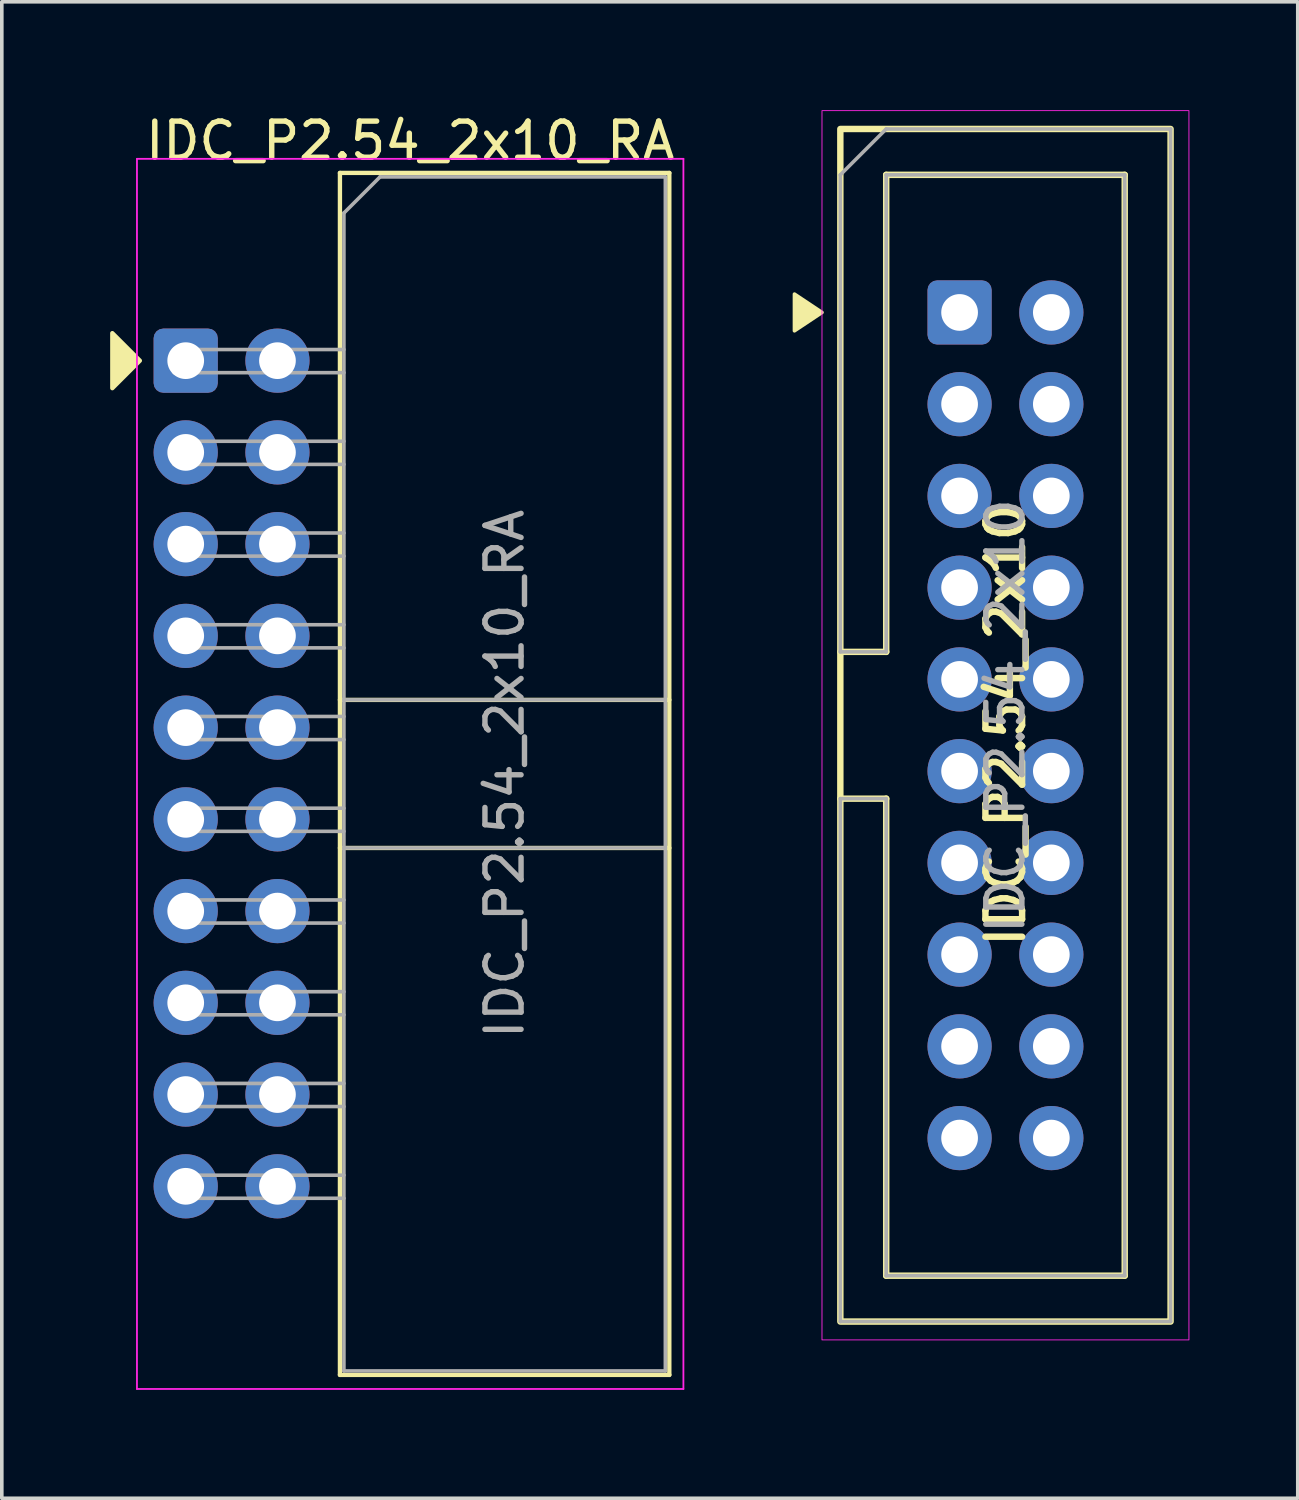
<source format=kicad_pcb>
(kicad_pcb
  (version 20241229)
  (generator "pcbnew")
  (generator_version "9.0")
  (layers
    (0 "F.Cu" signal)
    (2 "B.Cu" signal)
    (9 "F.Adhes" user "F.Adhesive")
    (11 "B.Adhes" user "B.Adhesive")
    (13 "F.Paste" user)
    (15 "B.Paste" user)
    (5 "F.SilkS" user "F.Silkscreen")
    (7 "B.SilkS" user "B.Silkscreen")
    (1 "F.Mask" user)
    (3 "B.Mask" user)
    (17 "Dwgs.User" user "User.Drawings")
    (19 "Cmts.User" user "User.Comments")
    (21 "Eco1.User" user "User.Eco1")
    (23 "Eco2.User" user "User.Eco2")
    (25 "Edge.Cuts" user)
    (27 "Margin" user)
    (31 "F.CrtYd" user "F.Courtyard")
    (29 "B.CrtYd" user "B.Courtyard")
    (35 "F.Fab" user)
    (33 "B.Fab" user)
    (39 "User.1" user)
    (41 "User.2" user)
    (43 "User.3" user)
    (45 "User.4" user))
  (footprint "IDC_P2.54_2x10_RA"
    (layer "F.Cu")
    (at 2.092 18.366)
    (property "Reference" "IDC_P2.54_2x10_RA" (at 6.215 -17.518 0) (layer "F.SilkS") (effects (font (size 1 1) (thickness 0.15))))
    (attr through_hole)
    (fp_line (start 4.27 -16.628) (end 13.39 -16.628) (stroke (width 0.12) (type solid)) (layer "F.SilkS"))
    (fp_line (start 4.27 -2.038) (end 13.39 -2.038) (stroke (width 0.12) (type solid)) (layer "F.SilkS"))
    (fp_line (start 4.27 2.062) (end 13.39 2.062) (stroke (width 0.12) (type solid)) (layer "F.SilkS"))
    (fp_line (start 4.27 16.652) (end 4.27 -16.628) (stroke (width 0.12) (type solid)) (layer "F.SilkS"))
    (fp_line (start 13.39 -16.628) (end 13.39 16.652) (stroke (width 0.12) (type solid)) (layer "F.SilkS"))
    (fp_line (start 13.39 16.652) (end 4.27 16.652) (stroke (width 0.12) (type solid)) (layer "F.SilkS"))
    (fp_poly (pts (xy -1.27 -11.43) (xy -2.032 -10.668) (xy -2.032 -12.192)) (stroke (width 0.12) (type solid)) (fill yes) (layer "F.SilkS"))
    (fp_line (start -1.35 -17.018) (end -1.35 17.042) (stroke (width 0.05) (type solid)) (layer "F.CrtYd"))
    (fp_line (start -1.35 17.042) (end 13.78 17.042) (stroke (width 0.05) (type solid)) (layer "F.CrtYd"))
    (fp_line (start 13.78 -17.018) (end -1.35 -17.018) (stroke (width 0.05) (type solid)) (layer "F.CrtYd"))
    (fp_line (start 13.78 17.042) (end 13.78 -17.018) (stroke (width 0.05) (type solid)) (layer "F.CrtYd"))
    (fp_line (start -0.32 -11.738) (end -0.32 -11.098) (stroke (width 0.1) (type solid)) (layer "F.Fab"))
    (fp_line (start -0.32 -11.098) (end 4.38 -11.098) (stroke (width 0.1) (type solid)) (layer "F.Fab"))
    (fp_line (start -0.32 -9.198) (end -0.32 -8.558) (stroke (width 0.1) (type solid)) (layer "F.Fab"))
    (fp_line (start -0.32 -8.558) (end 4.38 -8.558) (stroke (width 0.1) (type solid)) (layer "F.Fab"))
    (fp_line (start -0.32 -6.658) (end -0.32 -6.018) (stroke (width 0.1) (type solid)) (layer "F.Fab"))
    (fp_line (start -0.32 -6.018) (end 4.38 -6.018) (stroke (width 0.1) (type solid)) (layer "F.Fab"))
    (fp_line (start -0.32 -4.118) (end -0.32 -3.478) (stroke (width 0.1) (type solid)) (layer "F.Fab"))
    (fp_line (start -0.32 -3.478) (end 4.38 -3.478) (stroke (width 0.1) (type solid)) (layer "F.Fab"))
    (fp_line (start -0.32 -1.578) (end -0.32 -0.938) (stroke (width 0.1) (type solid)) (layer "F.Fab"))
    (fp_line (start -0.32 -0.938) (end 4.38 -0.938) (stroke (width 0.1) (type solid)) (layer "F.Fab"))
    (fp_line (start -0.32 0.962) (end -0.32 1.602) (stroke (width 0.1) (type solid)) (layer "F.Fab"))
    (fp_line (start -0.32 1.602) (end 4.38 1.602) (stroke (width 0.1) (type solid)) (layer "F.Fab"))
    (fp_line (start -0.32 3.502) (end -0.32 4.142) (stroke (width 0.1) (type solid)) (layer "F.Fab"))
    (fp_line (start -0.32 4.142) (end 4.38 4.142) (stroke (width 0.1) (type solid)) (layer "F.Fab"))
    (fp_line (start -0.32 6.042) (end -0.32 6.682) (stroke (width 0.1) (type solid)) (layer "F.Fab"))
    (fp_line (start -0.32 6.682) (end 4.38 6.682) (stroke (width 0.1) (type solid)) (layer "F.Fab"))
    (fp_line (start -0.32 8.582) (end -0.32 9.222) (stroke (width 0.1) (type solid)) (layer "F.Fab"))
    (fp_line (start -0.32 9.222) (end 4.38 9.222) (stroke (width 0.1) (type solid)) (layer "F.Fab"))
    (fp_line (start -0.32 11.122) (end -0.32 11.762) (stroke (width 0.1) (type solid)) (layer "F.Fab"))
    (fp_line (start -0.32 11.762) (end 4.38 11.762) (stroke (width 0.1) (type solid)) (layer "F.Fab"))
    (fp_line (start 4.38 -15.518) (end 5.38 -16.518) (stroke (width 0.1) (type solid)) (layer "F.Fab"))
    (fp_line (start 4.38 -11.738) (end -0.32 -11.738) (stroke (width 0.1) (type solid)) (layer "F.Fab"))
    (fp_line (start 4.38 -9.198) (end -0.32 -9.198) (stroke (width 0.1) (type solid)) (layer "F.Fab"))
    (fp_line (start 4.38 -6.658) (end -0.32 -6.658) (stroke (width 0.1) (type solid)) (layer "F.Fab"))
    (fp_line (start 4.38 -4.118) (end -0.32 -4.118) (stroke (width 0.1) (type solid)) (layer "F.Fab"))
    (fp_line (start 4.38 -2.038) (end 13.28 -2.038) (stroke (width 0.1) (type solid)) (layer "F.Fab"))
    (fp_line (start 4.38 -1.578) (end -0.32 -1.578) (stroke (width 0.1) (type solid)) (layer "F.Fab"))
    (fp_line (start 4.38 0.962) (end -0.32 0.962) (stroke (width 0.1) (type solid)) (layer "F.Fab"))
    (fp_line (start 4.38 2.062) (end 13.28 2.062) (stroke (width 0.1) (type solid)) (layer "F.Fab"))
    (fp_line (start 4.38 3.502) (end -0.32 3.502) (stroke (width 0.1) (type solid)) (layer "F.Fab"))
    (fp_line (start 4.38 6.042) (end -0.32 6.042) (stroke (width 0.1) (type solid)) (layer "F.Fab"))
    (fp_line (start 4.38 8.582) (end -0.32 8.582) (stroke (width 0.1) (type solid)) (layer "F.Fab"))
    (fp_line (start 4.38 11.122) (end -0.32 11.122) (stroke (width 0.1) (type solid)) (layer "F.Fab"))
    (fp_line (start 4.38 16.542) (end 4.38 -15.518) (stroke (width 0.1) (type solid)) (layer "F.Fab"))
    (fp_line (start 5.38 -16.518) (end 13.28 -16.518) (stroke (width 0.1) (type solid)) (layer "F.Fab"))
    (fp_line (start 13.28 -16.518) (end 13.28 16.542) (stroke (width 0.1) (type solid)) (layer "F.Fab"))
    (fp_line (start 13.28 16.542) (end 4.38 16.542) (stroke (width 0.1) (type solid)) (layer "F.Fab"))
    (fp_text user "${REFERENCE}" (at 8.83 0.012 90) (layer "F.Fab") (effects (font (size 1 1) (thickness 0.15))))
    (pad "1" thru_hole roundrect (at 0 -11.43) (size 1.778 1.778) (drill 1.016) (layers "*.Cu" "*.Mask") (roundrect_rratio 0.15))
    (pad "2" thru_hole circle (at 2.54 -11.43) (size 1.778 1.778) (drill 1.016) (layers "*.Cu" "*.Mask"))
    (pad "3" thru_hole circle (at 0 -8.89) (size 1.778 1.778) (drill 1.016) (layers "*.Cu" "*.Mask"))
    (pad "4" thru_hole circle (at 2.54 -8.89) (size 1.778 1.778) (drill 1.016) (layers "*.Cu" "*.Mask"))
    (pad "5" thru_hole circle (at 0 -6.35) (size 1.778 1.778) (drill 1.016) (layers "*.Cu" "*.Mask"))
    (pad "6" thru_hole circle (at 2.54 -6.35) (size 1.778 1.778) (drill 1.016) (layers "*.Cu" "*.Mask"))
    (pad "7" thru_hole circle (at 0 -3.81) (size 1.778 1.778) (drill 1.016) (layers "*.Cu" "*.Mask"))
    (pad "8" thru_hole circle (at 2.54 -3.81) (size 1.778 1.778) (drill 1.016) (layers "*.Cu" "*.Mask"))
    (pad "9" thru_hole circle (at 0 -1.27) (size 1.778 1.778) (drill 1.016) (layers "*.Cu" "*.Mask"))
    (pad "10" thru_hole circle (at 2.54 -1.27) (size 1.778 1.778) (drill 1.016) (layers "*.Cu" "*.Mask"))
    (pad "11" thru_hole circle (at 0 1.27) (size 1.778 1.778) (drill 1.016) (layers "*.Cu" "*.Mask"))
    (pad "12" thru_hole circle (at 2.54 1.27) (size 1.778 1.778) (drill 1.016) (layers "*.Cu" "*.Mask"))
    (pad "13" thru_hole circle (at 0 3.81) (size 1.778 1.778) (drill 1.016) (layers "*.Cu" "*.Mask"))
    (pad "14" thru_hole circle (at 2.54 3.81) (size 1.778 1.778) (drill 1.016) (layers "*.Cu" "*.Mask"))
    (pad "15" thru_hole circle (at 0 6.35) (size 1.778 1.778) (drill 1.016) (layers "*.Cu" "*.Mask"))
    (pad "16" thru_hole circle (at 2.54 6.35) (size 1.778 1.778) (drill 1.016) (layers "*.Cu" "*.Mask"))
    (pad "17" thru_hole circle (at 0 8.89) (size 1.778 1.778) (drill 1.016) (layers "*.Cu" "*.Mask"))
    (pad "18" thru_hole circle (at 2.54 8.89) (size 1.778 1.778) (drill 1.016) (layers "*.Cu" "*.Mask"))
    (pad "19" thru_hole circle (at 0 11.43) (size 1.778 1.778) (drill 1.016) (layers "*.Cu" "*.Mask"))
    (pad "20" thru_hole circle (at 2.54 11.43) (size 1.778 1.778) (drill 1.016) (layers "*.Cu" "*.Mask")))
  (footprint "IDC_P2.54_2x10"
    (layer "F.Cu")
    (at 24.789 17.031)
    (property "Reference" "IDC_P2.54_2x10" (at 0 0 90) (layer "F.SilkS") (effects (font (size 1.016 1.016) (thickness 0.178))))
    (attr through_hole)
    (fp_line (start -4.572 -2.032) (end -3.302 -2.032) (stroke (width 0.178) (type solid)) (layer "F.SilkS"))
    (fp_line (start -3.302 -15.24) (end 3.302 -15.24) (stroke (width 0.178) (type solid)) (layer "F.SilkS"))
    (fp_line (start -3.302 -2.032) (end -3.302 -15.24) (stroke (width 0.178) (type solid)) (layer "F.SilkS"))
    (fp_line (start -3.302 2.032) (end -4.572 2.032) (stroke (width 0.178) (type solid)) (layer "F.SilkS"))
    (fp_line (start -3.302 15.24) (end -3.302 2.032) (stroke (width 0.178) (type solid)) (layer "F.SilkS"))
    (fp_line (start 3.302 -15.24) (end 3.302 15.24) (stroke (width 0.178) (type solid)) (layer "F.SilkS"))
    (fp_line (start 3.302 15.24) (end -3.302 15.24) (stroke (width 0.178) (type solid)) (layer "F.SilkS"))
    (fp_rect (start -4.572 -16.51) (end 4.572 16.51) (stroke (width 0.178) (type solid)) (fill no) (layer "F.SilkS"))
    (fp_poly (pts (xy -5.08 -11.43) (xy -5.842 -10.922) (xy -5.842 -11.938)) (stroke (width 0.1) (type solid)) (fill yes) (layer "F.SilkS"))
    (fp_rect (start -5.08 -17.018) (end 5.08 17.018) (stroke (width 0.025) (type solid)) (fill no) (layer "F.CrtYd"))
    (fp_line (start -4.572 -15.24) (end -3.302 -16.51) (stroke (width 0.1) (type solid)) (layer "F.Fab"))
    (fp_line (start -4.572 -2.032) (end -4.572 -15.24) (stroke (width 0.1) (type solid)) (layer "F.Fab"))
    (fp_line (start -4.572 -2.032) (end -3.302 -2.032) (stroke (width 0.1) (type solid)) (layer "F.Fab"))
    (fp_line (start -4.572 2.032) (end -4.572 16.51) (stroke (width 0.1) (type solid)) (layer "F.Fab"))
    (fp_line (start -4.572 2.032) (end -3.302 2.032) (stroke (width 0.1) (type solid)) (layer "F.Fab"))
    (fp_line (start -3.302 -16.51) (end 4.572 -16.51) (stroke (width 0.1) (type solid)) (layer "F.Fab"))
    (fp_line (start -3.302 -15.24) (end 3.302 -15.24) (stroke (width 0.1) (type solid)) (layer "F.Fab"))
    (fp_line (start -3.302 -2.032) (end -3.302 -15.24) (stroke (width 0.1) (type solid)) (layer "F.Fab"))
    (fp_line (start -3.302 15.24) (end -3.302 2.032) (stroke (width 0.1) (type solid)) (layer "F.Fab"))
    (fp_line (start -3.302 15.24) (end 3.302 15.24) (stroke (width 0.1) (type solid)) (layer "F.Fab"))
    (fp_line (start 3.302 15.24) (end 3.302 -15.24) (stroke (width 0.1) (type solid)) (layer "F.Fab"))
    (fp_line (start 4.572 -16.51) (end 4.572 16.51) (stroke (width 0.1) (type solid)) (layer "F.Fab"))
    (fp_line (start 4.572 16.51) (end -4.572 16.51) (stroke (width 0.1) (type solid)) (layer "F.Fab"))
    (fp_text user "${REFERENCE}" (at 0 -0.254 90) (layer "F.Fab") (effects (font (size 1 1) (thickness 0.15))))
    (pad "1" thru_hole roundrect (at -1.27 -11.43) (size 1.778 1.778) (drill 1.016) (layers "*.Cu" "*.Mask") (roundrect_rratio 0.15))
    (pad "2" thru_hole circle (at 1.27 -11.43) (size 1.778 1.778) (drill 1.016) (layers "*.Cu" "*.Mask"))
    (pad "3" thru_hole circle (at -1.27 -8.89) (size 1.778 1.778) (drill 1.016) (layers "*.Cu" "*.Mask"))
    (pad "4" thru_hole circle (at 1.27 -8.89) (size 1.778 1.778) (drill 1.016) (layers "*.Cu" "*.Mask"))
    (pad "5" thru_hole circle (at -1.27 -6.35) (size 1.778 1.778) (drill 1.016) (layers "*.Cu" "*.Mask"))
    (pad "6" thru_hole circle (at 1.27 -6.35) (size 1.778 1.778) (drill 1.016) (layers "*.Cu" "*.Mask"))
    (pad "7" thru_hole circle (at -1.27 -3.81) (size 1.778 1.778) (drill 1.016) (layers "*.Cu" "*.Mask"))
    (pad "8" thru_hole circle (at 1.27 -3.81) (size 1.778 1.778) (drill 1.016) (layers "*.Cu" "*.Mask"))
    (pad "9" thru_hole circle (at -1.27 -1.27) (size 1.778 1.778) (drill 1.016) (layers "*.Cu" "*.Mask"))
    (pad "10" thru_hole circle (at 1.27 -1.27) (size 1.778 1.778) (drill 1.016) (layers "*.Cu" "*.Mask"))
    (pad "11" thru_hole circle (at -1.27 1.27) (size 1.778 1.778) (drill 1.016) (layers "*.Cu" "*.Mask"))
    (pad "12" thru_hole circle (at 1.27 1.27) (size 1.778 1.778) (drill 1.016) (layers "*.Cu" "*.Mask"))
    (pad "13" thru_hole circle (at -1.27 3.81) (size 1.778 1.778) (drill 1.016) (layers "*.Cu" "*.Mask"))
    (pad "14" thru_hole circle (at 1.27 3.81) (size 1.778 1.778) (drill 1.016) (layers "*.Cu" "*.Mask"))
    (pad "15" thru_hole circle (at -1.27 6.35) (size 1.778 1.778) (drill 1.016) (layers "*.Cu" "*.Mask"))
    (pad "16" thru_hole circle (at 1.27 6.35) (size 1.778 1.778) (drill 1.016) (layers "*.Cu" "*.Mask"))
    (pad "17" thru_hole circle (at -1.27 8.89) (size 1.778 1.778) (drill 1.016) (layers "*.Cu" "*.Mask"))
    (pad "18" thru_hole circle (at 1.27 8.89) (size 1.778 1.778) (drill 1.016) (layers "*.Cu" "*.Mask"))
    (pad "19" thru_hole circle (at -1.27 11.43) (size 1.778 1.778) (drill 1.016) (layers "*.Cu" "*.Mask"))
    (pad "20" thru_hole circle (at 1.27 11.43) (size 1.778 1.778) (drill 1.016) (layers "*.Cu" "*.Mask")))
  (gr_rect
    (start -3 -3)
    (end 32.882 38.433)
    (stroke (width 0.1) (type default))
    (fill no)
    (layer "Edge.Cuts")))
</source>
